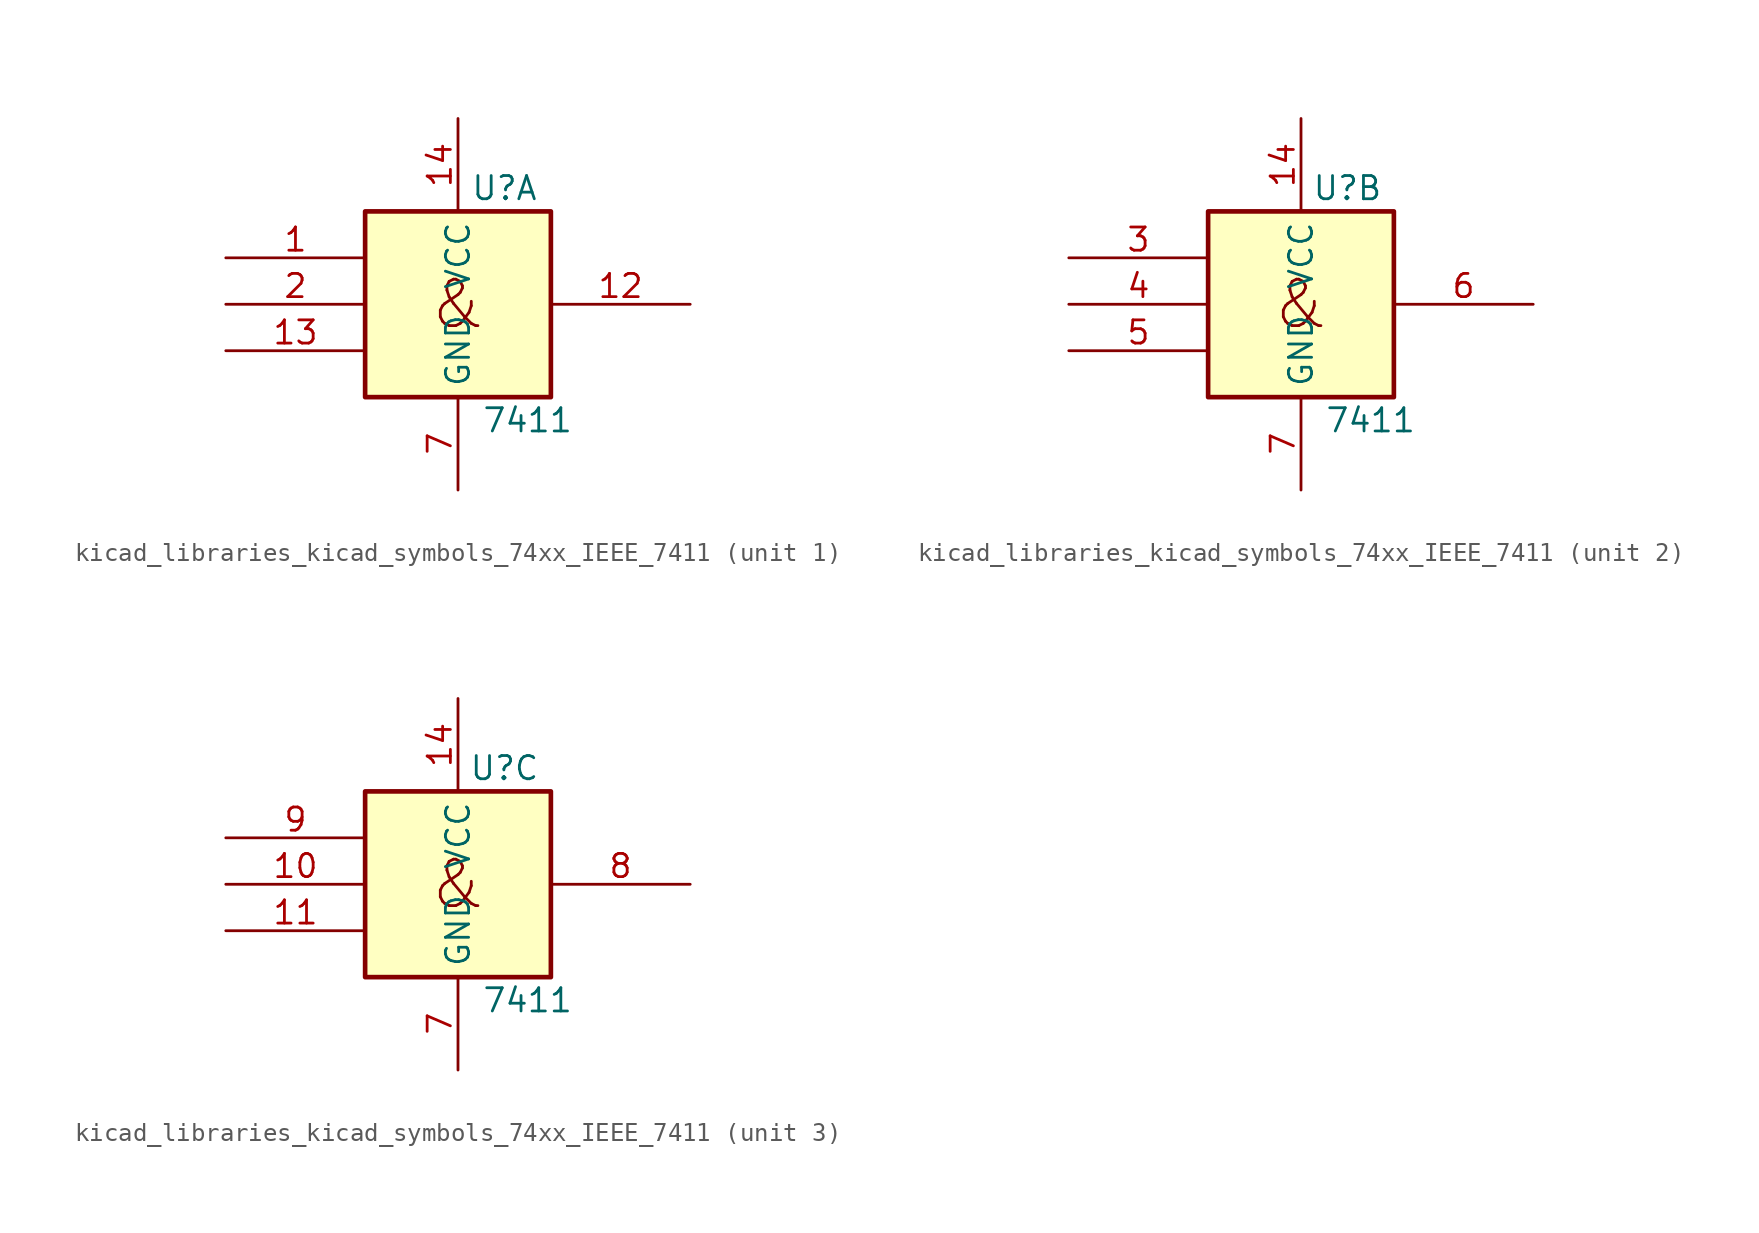
<source format=kicad_sym>
(kicad_symbol_lib
  (version 20220914)
  (generator kicad_symbol_editor)
  (symbol "kicad_libraries_kicad_symbols_74xx_IEEE_7411"
    (property "Reference" "U"
      (at 2.54 6.35 0)
      (effects (font (size 1.27 1.27))))
    (property "Value" "7411"
      (at 3.81 -6.35 0)
      (effects (font (size 1.27 1.27))))
    (symbol "kicad_libraries_kicad_symbols_74xx_IEEE_7411_0_0"
      (text "&" (at 0 0 0) (effects (font (size 2.54 2.54)))))
    (symbol "kicad_libraries_kicad_symbols_74xx_IEEE_7411_0_1"
      (rectangle (start -5.08 5.08) (end 5.08 -5.08) (stroke (width 0.254) (type default)) (fill (type background)))
      (pin power_in line (at 0 10.16 270) (length 5.08) (name "VCC" (effects (font (size 1.27 1.27)))) (number "14" (effects (font (size 1.27 1.27)))))
      (pin power_in line (at 0 -10.16 90) (length 5.08) (name "GND" (effects (font (size 1.27 1.27)))) (number "7" (effects (font (size 1.27 1.27))))))
    (symbol "kicad_libraries_kicad_symbols_74xx_IEEE_7411_1_1"
      (pin input line (at -12.7 2.54 0) (length 7.62) (name "~" (effects (font (size 1.27 1.27)))) (number "1" (effects (font (size 1.27 1.27)))))
      (pin output line (at 12.7 0 180) (length 7.62) (name "~" (effects (font (size 1.27 1.27)))) (number "12" (effects (font (size 1.27 1.27)))))
      (pin input line (at -12.7 -2.54 0) (length 7.62) (name "~" (effects (font (size 1.27 1.27)))) (number "13" (effects (font (size 1.27 1.27)))))
      (pin input line (at -12.7 0 0) (length 7.62) (name "~" (effects (font (size 1.27 1.27)))) (number "2" (effects (font (size 1.27 1.27))))))
    (symbol "kicad_libraries_kicad_symbols_74xx_IEEE_7411_2_1"
      (pin input line (at -12.7 2.54 0) (length 7.62) (name "~" (effects (font (size 1.27 1.27)))) (number "3" (effects (font (size 1.27 1.27)))))
      (pin input line (at -12.7 0 0) (length 7.62) (name "~" (effects (font (size 1.27 1.27)))) (number "4" (effects (font (size 1.27 1.27)))))
      (pin input line (at -12.7 -2.54 0) (length 7.62) (name "~" (effects (font (size 1.27 1.27)))) (number "5" (effects (font (size 1.27 1.27)))))
      (pin output line (at 12.7 0 180) (length 7.62) (name "~" (effects (font (size 1.27 1.27)))) (number "6" (effects (font (size 1.27 1.27))))))
    (symbol "kicad_libraries_kicad_symbols_74xx_IEEE_7411_3_1"
      (pin input line (at -12.7 0 0) (length 7.62) (name "~" (effects (font (size 1.27 1.27)))) (number "10" (effects (font (size 1.27 1.27)))))
      (pin input line (at -12.7 -2.54 0) (length 7.62) (name "~" (effects (font (size 1.27 1.27)))) (number "11" (effects (font (size 1.27 1.27)))))
      (pin output line (at 12.7 0 180) (length 7.62) (name "~" (effects (font (size 1.27 1.27)))) (number "8" (effects (font (size 1.27 1.27)))))
      (pin input line (at -12.7 2.54 0) (length 7.62) (name "~" (effects (font (size 1.27 1.27)))) (number "9" (effects (font (size 1.27 1.27))))))))
</source>
